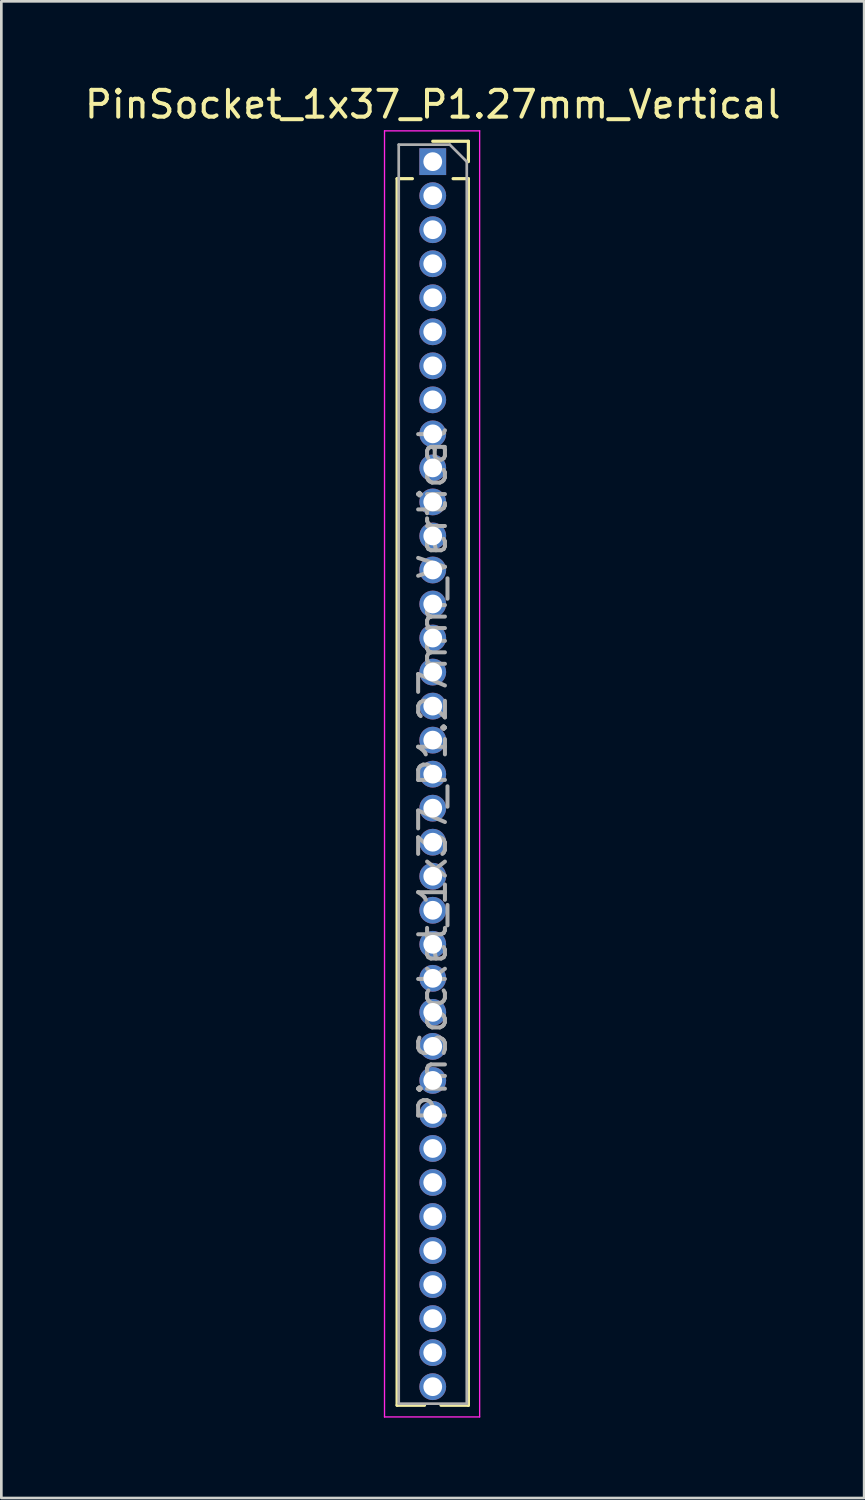
<source format=kicad_pcb>
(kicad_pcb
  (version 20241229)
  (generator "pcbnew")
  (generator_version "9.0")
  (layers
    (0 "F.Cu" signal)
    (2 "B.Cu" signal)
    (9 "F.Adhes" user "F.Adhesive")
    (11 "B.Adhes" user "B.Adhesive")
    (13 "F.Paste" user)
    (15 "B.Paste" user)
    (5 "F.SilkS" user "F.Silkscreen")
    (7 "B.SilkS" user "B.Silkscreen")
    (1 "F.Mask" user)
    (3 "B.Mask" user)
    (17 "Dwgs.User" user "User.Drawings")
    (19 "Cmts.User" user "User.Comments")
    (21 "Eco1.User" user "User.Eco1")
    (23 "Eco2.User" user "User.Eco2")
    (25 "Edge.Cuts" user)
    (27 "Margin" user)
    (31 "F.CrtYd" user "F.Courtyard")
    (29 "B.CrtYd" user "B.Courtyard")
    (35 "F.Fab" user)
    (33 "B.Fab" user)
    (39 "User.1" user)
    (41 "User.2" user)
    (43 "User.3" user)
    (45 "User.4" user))
  (footprint "PinSocket_1x37_P1.27mm_Vertical"
    (layer "F.Cu")
    (at 13.101 2.983)
    (property "Reference" "PinSocket_1x37_P1.27mm_Vertical" (at 0 -2.135 0) (layer "F.SilkS") (effects (font (size 1 1) (thickness 0.15))))
    (attr through_hole)
    (fp_line (start -1.33 0.635) (end -1.33 46.415) (stroke (width 0.12) (type solid)) (layer "F.SilkS"))
    (fp_line (start -1.33 0.635) (end -0.76 0.635) (stroke (width 0.12) (type solid)) (layer "F.SilkS"))
    (fp_line (start -1.33 46.415) (end -0.308 46.415) (stroke (width 0.12) (type solid)) (layer "F.SilkS"))
    (fp_line (start 0 -0.76) (end 1.33 -0.76) (stroke (width 0.12) (type solid)) (layer "F.SilkS"))
    (fp_line (start 0.308 46.415) (end 1.33 46.415) (stroke (width 0.12) (type solid)) (layer "F.SilkS"))
    (fp_line (start 0.76 0.635) (end 1.33 0.635) (stroke (width 0.12) (type solid)) (layer "F.SilkS"))
    (fp_line (start 1.33 -0.76) (end 1.33 0) (stroke (width 0.12) (type solid)) (layer "F.SilkS"))
    (fp_line (start 1.33 0.635) (end 1.33 46.415) (stroke (width 0.12) (type solid)) (layer "F.SilkS"))
    (fp_line (start -1.8 -1.15) (end 1.75 -1.15) (stroke (width 0.05) (type solid)) (layer "F.CrtYd"))
    (fp_line (start -1.8 46.85) (end -1.8 -1.15) (stroke (width 0.05) (type solid)) (layer "F.CrtYd"))
    (fp_line (start 1.75 -1.15) (end 1.75 46.85) (stroke (width 0.05) (type solid)) (layer "F.CrtYd"))
    (fp_line (start 1.75 46.85) (end -1.8 46.85) (stroke (width 0.05) (type solid)) (layer "F.CrtYd"))
    (fp_line (start -1.27 -0.635) (end 0.635 -0.635) (stroke (width 0.1) (type solid)) (layer "F.Fab"))
    (fp_line (start -1.27 46.355) (end -1.27 -0.635) (stroke (width 0.1) (type solid)) (layer "F.Fab"))
    (fp_line (start 0.635 -0.635) (end 1.27 0) (stroke (width 0.1) (type solid)) (layer "F.Fab"))
    (fp_line (start 1.27 0) (end 1.27 46.355) (stroke (width 0.1) (type solid)) (layer "F.Fab"))
    (fp_line (start 1.27 46.355) (end -1.27 46.355) (stroke (width 0.1) (type solid)) (layer "F.Fab"))
    (fp_text user "${REFERENCE}" (at 0 22.86 90) (layer "F.Fab") (effects (font (size 1 1) (thickness 0.15))))
    (pad "1" thru_hole rect (at 0 0) (size 1 1) (drill 0.7) (layers "*.Cu" "*.Mask"))
    (pad "2" thru_hole circle (at 0 1.27) (size 1 1) (drill 0.7) (layers "*.Cu" "*.Mask"))
    (pad "3" thru_hole circle (at 0 2.54) (size 1 1) (drill 0.7) (layers "*.Cu" "*.Mask"))
    (pad "4" thru_hole circle (at 0 3.81) (size 1 1) (drill 0.7) (layers "*.Cu" "*.Mask"))
    (pad "5" thru_hole circle (at 0 5.08) (size 1 1) (drill 0.7) (layers "*.Cu" "*.Mask"))
    (pad "6" thru_hole circle (at 0 6.35) (size 1 1) (drill 0.7) (layers "*.Cu" "*.Mask"))
    (pad "7" thru_hole circle (at 0 7.62) (size 1 1) (drill 0.7) (layers "*.Cu" "*.Mask"))
    (pad "8" thru_hole circle (at 0 8.89) (size 1 1) (drill 0.7) (layers "*.Cu" "*.Mask"))
    (pad "9" thru_hole circle (at 0 10.16) (size 1 1) (drill 0.7) (layers "*.Cu" "*.Mask"))
    (pad "10" thru_hole circle (at 0 11.43) (size 1 1) (drill 0.7) (layers "*.Cu" "*.Mask"))
    (pad "11" thru_hole circle (at 0 12.7) (size 1 1) (drill 0.7) (layers "*.Cu" "*.Mask"))
    (pad "12" thru_hole circle (at 0 13.97) (size 1 1) (drill 0.7) (layers "*.Cu" "*.Mask"))
    (pad "13" thru_hole circle (at 0 15.24) (size 1 1) (drill 0.7) (layers "*.Cu" "*.Mask"))
    (pad "14" thru_hole circle (at 0 16.51) (size 1 1) (drill 0.7) (layers "*.Cu" "*.Mask"))
    (pad "15" thru_hole circle (at 0 17.78) (size 1 1) (drill 0.7) (layers "*.Cu" "*.Mask"))
    (pad "16" thru_hole circle (at 0 19.05) (size 1 1) (drill 0.7) (layers "*.Cu" "*.Mask"))
    (pad "17" thru_hole circle (at 0 20.32) (size 1 1) (drill 0.7) (layers "*.Cu" "*.Mask"))
    (pad "18" thru_hole circle (at 0 21.59) (size 1 1) (drill 0.7) (layers "*.Cu" "*.Mask"))
    (pad "19" thru_hole circle (at 0 22.86) (size 1 1) (drill 0.7) (layers "*.Cu" "*.Mask"))
    (pad "20" thru_hole circle (at 0 24.13) (size 1 1) (drill 0.7) (layers "*.Cu" "*.Mask"))
    (pad "21" thru_hole circle (at 0 25.4) (size 1 1) (drill 0.7) (layers "*.Cu" "*.Mask"))
    (pad "22" thru_hole circle (at 0 26.67) (size 1 1) (drill 0.7) (layers "*.Cu" "*.Mask"))
    (pad "23" thru_hole circle (at 0 27.94) (size 1 1) (drill 0.7) (layers "*.Cu" "*.Mask"))
    (pad "24" thru_hole circle (at 0 29.21) (size 1 1) (drill 0.7) (layers "*.Cu" "*.Mask"))
    (pad "25" thru_hole circle (at 0 30.48) (size 1 1) (drill 0.7) (layers "*.Cu" "*.Mask"))
    (pad "26" thru_hole circle (at 0 31.75) (size 1 1) (drill 0.7) (layers "*.Cu" "*.Mask"))
    (pad "27" thru_hole circle (at 0 33.02) (size 1 1) (drill 0.7) (layers "*.Cu" "*.Mask"))
    (pad "28" thru_hole circle (at 0 34.29) (size 1 1) (drill 0.7) (layers "*.Cu" "*.Mask"))
    (pad "29" thru_hole circle (at 0 35.56) (size 1 1) (drill 0.7) (layers "*.Cu" "*.Mask"))
    (pad "30" thru_hole circle (at 0 36.83) (size 1 1) (drill 0.7) (layers "*.Cu" "*.Mask"))
    (pad "31" thru_hole circle (at 0 38.1) (size 1 1) (drill 0.7) (layers "*.Cu" "*.Mask"))
    (pad "32" thru_hole circle (at 0 39.37) (size 1 1) (drill 0.7) (layers "*.Cu" "*.Mask"))
    (pad "33" thru_hole circle (at 0 40.64) (size 1 1) (drill 0.7) (layers "*.Cu" "*.Mask"))
    (pad "34" thru_hole circle (at 0 41.91) (size 1 1) (drill 0.7) (layers "*.Cu" "*.Mask"))
    (pad "35" thru_hole circle (at 0 43.18) (size 1 1) (drill 0.7) (layers "*.Cu" "*.Mask"))
    (pad "36" thru_hole circle (at 0 44.45) (size 1 1) (drill 0.7) (layers "*.Cu" "*.Mask"))
    (pad "37" thru_hole circle (at 0 45.72) (size 1 1) (drill 0.7) (layers "*.Cu" "*.Mask")))
  (gr_rect
    (start -3 -3)
    (end 29.202 52.858)
    (stroke (width 0.1) (type default))
    (fill no)
    (layer "Edge.Cuts")))
</source>
